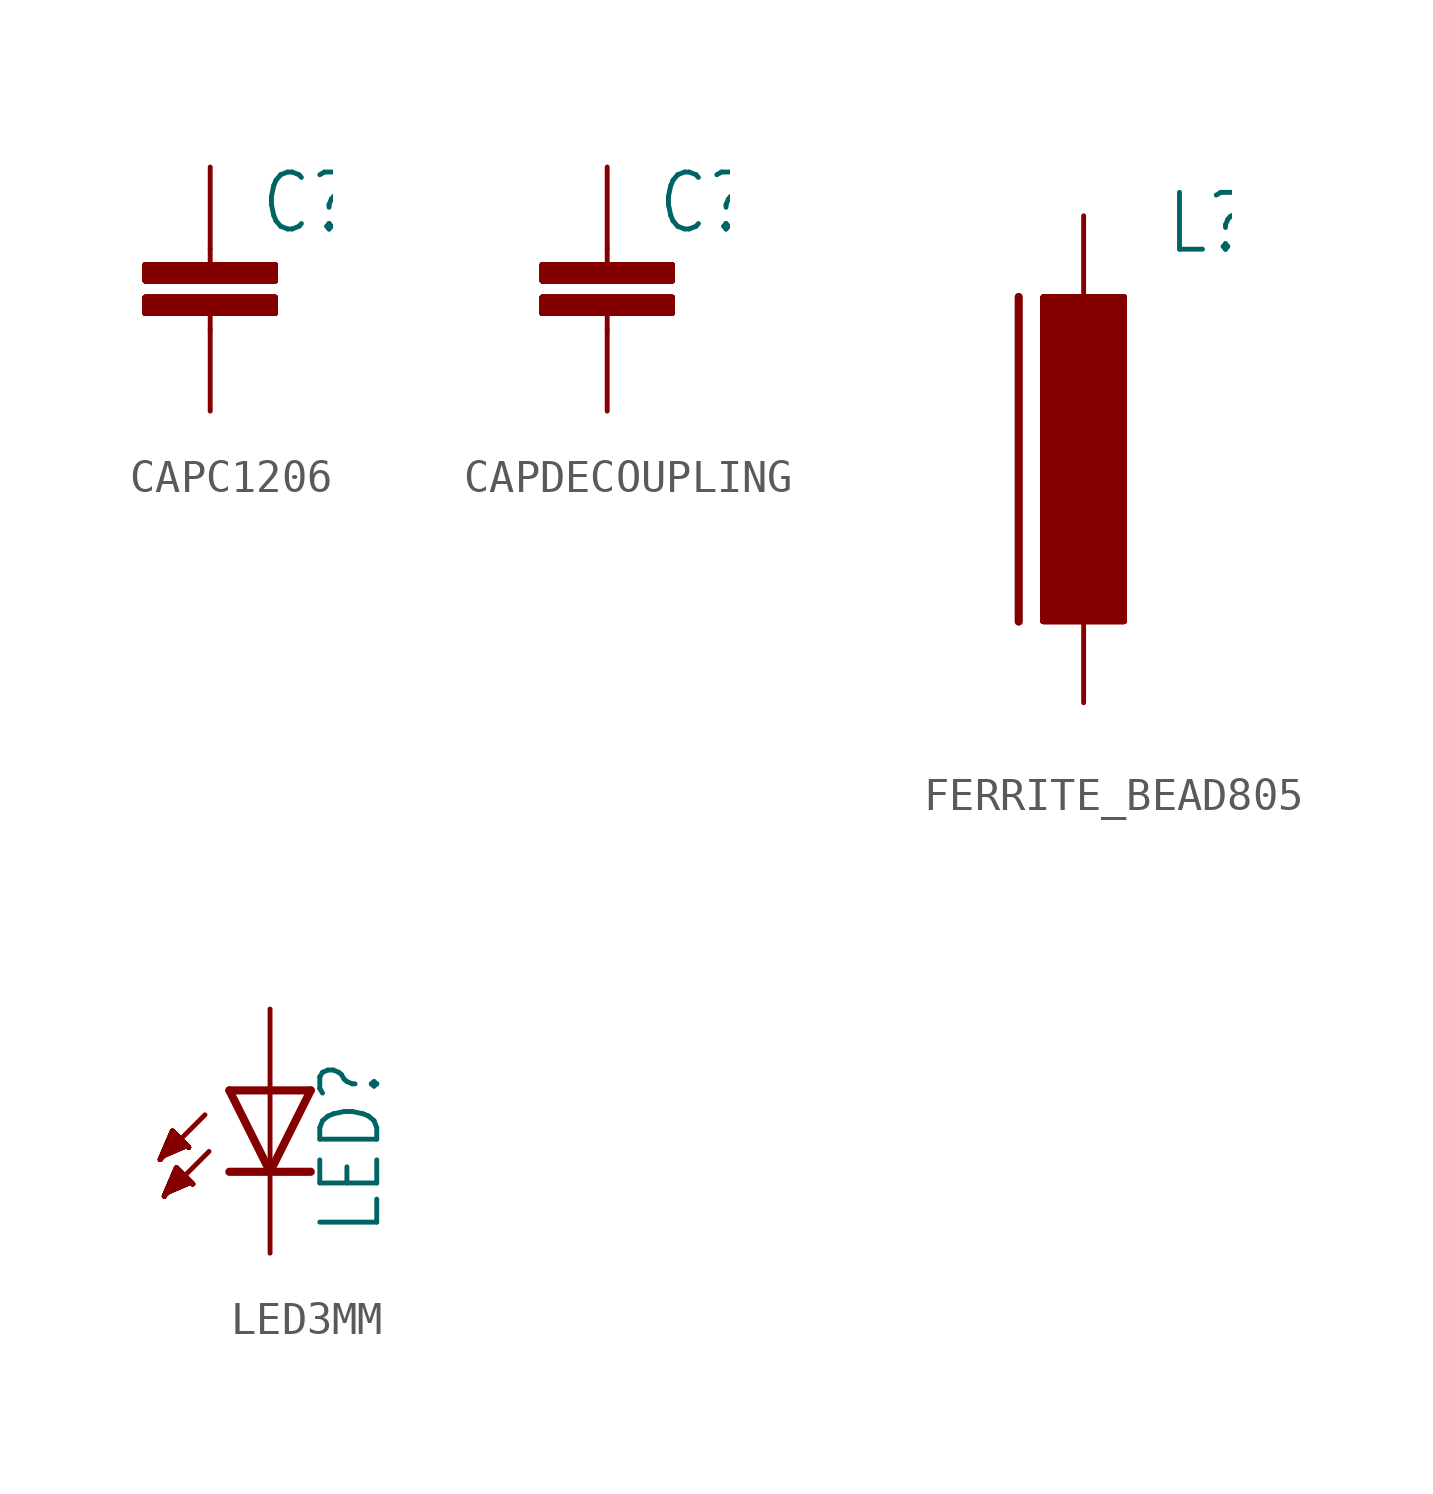
<source format=kicad_sym>
(kicad_symbol_lib
  (version 20220914)
  (generator kicad_symbol_editor)
  (symbol "CAPC1206"
    (property "Reference" "C"
      (at 1.524 2.921 0)
      (effects (font (size 1.778 1.511)) (justify left bottom)))
    (property "Value" ""
      (at 1.524 -2.159 0)
      (effects (font (size 1.778 1.511)) (justify left bottom)))
    (property "ki_locked" ""
      (at 0 0 0)
      (effects (font (size 1.27 1.27))))
    (symbol "CAPC1206_1_0"
      (rectangle (start -2.032 0.508) (end 2.032 1.016) (stroke (width 0) (type default)) (fill (type outline)))
      (rectangle (start -2.032 0.508) (end 2.032 1.016) (stroke (width 0) (type default)) (fill (type outline)))
      (rectangle (start -2.032 0.508) (end 2.032 1.016) (stroke (width 0) (type default)) (fill (type outline)))
      (rectangle (start -2.032 0.508) (end 2.032 1.016) (stroke (width 0) (type default)) (fill (type outline)))
      (rectangle (start -2.032 0.508) (end 2.032 1.016) (stroke (width 0) (type default)) (fill (type outline)))
      (rectangle (start -2.032 0.508) (end 2.032 1.016) (stroke (width 0) (type default)) (fill (type outline)))
      (rectangle (start -2.032 0.508) (end 2.032 1.016) (stroke (width 0) (type default)) (fill (type outline)))
      (rectangle (start -2.032 0.508) (end 2.032 1.016) (stroke (width 0) (type default)) (fill (type outline)))
      (rectangle (start -2.032 0.508) (end 2.032 1.016) (stroke (width 0) (type default)) (fill (type outline)))
      (rectangle (start -2.032 0.508) (end 2.032 1.016) (stroke (width 0) (type default)) (fill (type outline)))
      (rectangle (start -2.032 0.508) (end 2.032 1.016) (stroke (width 0) (type default)) (fill (type outline)))
      (rectangle (start -2.032 1.524) (end 2.032 2.032) (stroke (width 0) (type default)) (fill (type outline)))
      (rectangle (start -2.032 1.524) (end 2.032 2.032) (stroke (width 0) (type default)) (fill (type outline)))
      (rectangle (start -2.032 1.524) (end 2.032 2.032) (stroke (width 0) (type default)) (fill (type outline)))
      (rectangle (start -2.032 1.524) (end 2.032 2.032) (stroke (width 0) (type default)) (fill (type outline)))
      (rectangle (start -2.032 1.524) (end 2.032 2.032) (stroke (width 0) (type default)) (fill (type outline)))
      (rectangle (start -2.032 1.524) (end 2.032 2.032) (stroke (width 0) (type default)) (fill (type outline)))
      (rectangle (start -2.032 1.524) (end 2.032 2.032) (stroke (width 0) (type default)) (fill (type outline)))
      (rectangle (start -2.032 1.524) (end 2.032 2.032) (stroke (width 0) (type default)) (fill (type outline)))
      (rectangle (start -2.032 1.524) (end 2.032 2.032) (stroke (width 0) (type default)) (fill (type outline)))
      (rectangle (start -2.032 1.524) (end 2.032 2.032) (stroke (width 0) (type default)) (fill (type outline)))
      (rectangle (start -2.032 1.524) (end 2.032 2.032) (stroke (width 0) (type default)) (fill (type outline)))
      (polyline (pts (xy 0 0) (xy 0 0.508)) (stroke (width 0.152) (type solid)) (fill (type none)))
      (polyline (pts (xy 0 2.54) (xy 0 2.032)) (stroke (width 0.152) (type solid)) (fill (type none)))
      (pin passive line (at 0 5.08 270) (length 2.54) (name "1" (effects (font (size 0 0)))) (number "1" (effects (font (size 0 0)))))
      (pin passive line (at 0 -2.54 90) (length 2.54) (name "2" (effects (font (size 0 0)))) (number "2" (effects (font (size 0 0)))))))
  (symbol "CAPDECOUPLING"
    (property "Reference" "C"
      (at 1.524 2.921 0)
      (effects (font (size 1.778 1.511)) (justify left bottom)))
    (property "Value" ""
      (at 1.524 -2.159 0)
      (effects (font (size 1.778 1.511)) (justify left bottom)))
    (property "ki_locked" ""
      (at 0 0 0)
      (effects (font (size 1.27 1.27))))
    (symbol "CAPDECOUPLING_1_0"
      (rectangle (start -2.032 0.508) (end 2.032 1.016) (stroke (width 0) (type default)) (fill (type outline)))
      (rectangle (start -2.032 0.508) (end 2.032 1.016) (stroke (width 0) (type default)) (fill (type outline)))
      (rectangle (start -2.032 0.508) (end 2.032 1.016) (stroke (width 0) (type default)) (fill (type outline)))
      (rectangle (start -2.032 0.508) (end 2.032 1.016) (stroke (width 0) (type default)) (fill (type outline)))
      (rectangle (start -2.032 0.508) (end 2.032 1.016) (stroke (width 0) (type default)) (fill (type outline)))
      (rectangle (start -2.032 0.508) (end 2.032 1.016) (stroke (width 0) (type default)) (fill (type outline)))
      (rectangle (start -2.032 0.508) (end 2.032 1.016) (stroke (width 0) (type default)) (fill (type outline)))
      (rectangle (start -2.032 0.508) (end 2.032 1.016) (stroke (width 0) (type default)) (fill (type outline)))
      (rectangle (start -2.032 0.508) (end 2.032 1.016) (stroke (width 0) (type default)) (fill (type outline)))
      (rectangle (start -2.032 0.508) (end 2.032 1.016) (stroke (width 0) (type default)) (fill (type outline)))
      (rectangle (start -2.032 0.508) (end 2.032 1.016) (stroke (width 0) (type default)) (fill (type outline)))
      (rectangle (start -2.032 1.524) (end 2.032 2.032) (stroke (width 0) (type default)) (fill (type outline)))
      (rectangle (start -2.032 1.524) (end 2.032 2.032) (stroke (width 0) (type default)) (fill (type outline)))
      (rectangle (start -2.032 1.524) (end 2.032 2.032) (stroke (width 0) (type default)) (fill (type outline)))
      (rectangle (start -2.032 1.524) (end 2.032 2.032) (stroke (width 0) (type default)) (fill (type outline)))
      (rectangle (start -2.032 1.524) (end 2.032 2.032) (stroke (width 0) (type default)) (fill (type outline)))
      (rectangle (start -2.032 1.524) (end 2.032 2.032) (stroke (width 0) (type default)) (fill (type outline)))
      (rectangle (start -2.032 1.524) (end 2.032 2.032) (stroke (width 0) (type default)) (fill (type outline)))
      (rectangle (start -2.032 1.524) (end 2.032 2.032) (stroke (width 0) (type default)) (fill (type outline)))
      (rectangle (start -2.032 1.524) (end 2.032 2.032) (stroke (width 0) (type default)) (fill (type outline)))
      (rectangle (start -2.032 1.524) (end 2.032 2.032) (stroke (width 0) (type default)) (fill (type outline)))
      (rectangle (start -2.032 1.524) (end 2.032 2.032) (stroke (width 0) (type default)) (fill (type outline)))
      (polyline (pts (xy 0 0) (xy 0 0.508)) (stroke (width 0.152) (type solid)) (fill (type none)))
      (polyline (pts (xy 0 2.54) (xy 0 2.032)) (stroke (width 0.152) (type solid)) (fill (type none)))
      (pin passive line (at 0 5.08 270) (length 2.54) (name "1" (effects (font (size 0 0)))) (number "1" (effects (font (size 0 0)))))
      (pin passive line (at 0 -2.54 90) (length 2.54) (name "2" (effects (font (size 0 0)))) (number "2" (effects (font (size 0 0)))))))
  (symbol "FERRITE_BEAD805"
    (property "Reference" "L"
      (at 2.54 6.35 0)
      (effects (font (size 1.778 1.511)) (justify left bottom)))
    (property "Value" ""
      (at 2.54 -6.35 0)
      (effects (font (size 1.778 1.511)) (justify left bottom)))
    (property "ki_locked" ""
      (at 0 0 0)
      (effects (font (size 1.27 1.27))))
    (symbol "FERRITE_BEAD805_1_0"
      (rectangle (start -1.27 -5.08) (end 1.27 5.08) (stroke (width 0) (type default)) (fill (type outline)))
      (rectangle (start -1.27 -5.08) (end 1.27 5.08) (stroke (width 0) (type default)) (fill (type outline)))
      (rectangle (start -1.27 -5.08) (end 1.27 5.08) (stroke (width 0) (type default)) (fill (type outline)))
      (rectangle (start -1.27 -5.08) (end 1.27 5.08) (stroke (width 0) (type default)) (fill (type outline)))
      (rectangle (start -1.27 -5.08) (end 1.27 5.08) (stroke (width 0) (type default)) (fill (type outline)))
      (rectangle (start -1.27 -5.08) (end 1.27 5.08) (stroke (width 0) (type default)) (fill (type outline)))
      (rectangle (start -1.27 -5.08) (end 1.27 5.08) (stroke (width 0) (type default)) (fill (type outline)))
      (rectangle (start -1.27 -5.08) (end 1.27 5.08) (stroke (width 0) (type default)) (fill (type outline)))
      (rectangle (start -1.27 -5.08) (end 1.27 5.08) (stroke (width 0) (type default)) (fill (type outline)))
      (rectangle (start -1.27 -5.08) (end 1.27 5.08) (stroke (width 0) (type default)) (fill (type outline)))
      (rectangle (start -1.27 -5.08) (end 1.27 5.08) (stroke (width 0) (type default)) (fill (type outline)))
      (polyline (pts (xy -2.032 -5.08) (xy -2.032 5.08)) (stroke (width 0.254) (type solid)) (fill (type none)))
      (pin passive line (at 0 7.62 270) (length 2.54) (name "1" (effects (font (size 0 0)))) (number "1" (effects (font (size 0 0)))))
      (pin passive line (at 0 -7.62 90) (length 2.54) (name "2" (effects (font (size 0 0)))) (number "2" (effects (font (size 0 0)))))))
  (symbol "LED3MM"
    (property "Reference" "LED"
      (at 3.556 -4.572 90)
      (effects (font (size 1.778 1.511)) (justify left bottom)))
    (property "Value" ""
      (at 5.715 -4.572 90)
      (effects (font (size 1.778 1.511)) (justify left bottom)))
    (property "ki_locked" ""
      (at 0 0 0)
      (effects (font (size 1.27 1.27))))
    (symbol "LED3MM_1_0"
      (polyline (pts (xy -2.032 -0.762) (xy -3.429 -2.159)) (stroke (width 0.152) (type solid)) (fill (type none)))
      (polyline (pts (xy -1.905 -1.905) (xy -3.302 -3.302)) (stroke (width 0.152) (type solid)) (fill (type none)))
      (polyline (pts (xy 0 -2.54) (xy -1.27 -2.54)) (stroke (width 0.254) (type solid)) (fill (type none)))
      (polyline (pts (xy 0 -2.54) (xy -1.27 0)) (stroke (width 0.254) (type solid)) (fill (type none)))
      (polyline (pts (xy 0 0) (xy -1.27 0)) (stroke (width 0.254) (type solid)) (fill (type none)))
      (polyline (pts (xy 0 0) (xy 0 -2.54)) (stroke (width 0.152) (type solid)) (fill (type none)))
      (polyline (pts (xy 1.27 -2.54) (xy 0 -2.54)) (stroke (width 0.254) (type solid)) (fill (type none)))
      (polyline (pts (xy 1.27 0) (xy 0 -2.54)) (stroke (width 0.254) (type solid)) (fill (type none)))
      (polyline (pts (xy 1.27 0) (xy 0 0)) (stroke (width 0.254) (type solid)) (fill (type none)))
      (polyline (pts (xy -3.429 -2.159) (xy -3.048 -1.27) (xy -2.54 -1.778)) (stroke (width 0.152) (type solid)) (fill (type outline)))
      (polyline (pts (xy -3.429 -2.159) (xy -3.048 -1.27) (xy -2.54 -1.778)) (stroke (width 0.152) (type solid)) (fill (type outline)))
      (polyline (pts (xy -3.429 -2.159) (xy -3.048 -1.27) (xy -2.54 -1.778)) (stroke (width 0.152) (type solid)) (fill (type outline)))
      (polyline (pts (xy -3.429 -2.159) (xy -3.048 -1.27) (xy -2.54 -1.778)) (stroke (width 0.152) (type solid)) (fill (type outline)))
      (polyline (pts (xy -3.429 -2.159) (xy -3.048 -1.27) (xy -2.54 -1.778)) (stroke (width 0.152) (type solid)) (fill (type outline)))
      (polyline (pts (xy -3.429 -2.159) (xy -3.048 -1.27) (xy -2.54 -1.778)) (stroke (width 0.152) (type solid)) (fill (type outline)))
      (polyline (pts (xy -3.429 -2.159) (xy -3.048 -1.27) (xy -2.54 -1.778)) (stroke (width 0.152) (type solid)) (fill (type outline)))
      (polyline (pts (xy -3.429 -2.159) (xy -3.048 -1.27) (xy -2.54 -1.778)) (stroke (width 0.152) (type solid)) (fill (type outline)))
      (polyline (pts (xy -3.429 -2.159) (xy -3.048 -1.27) (xy -2.54 -1.778)) (stroke (width 0.152) (type solid)) (fill (type outline)))
      (polyline (pts (xy -3.429 -2.159) (xy -3.048 -1.27) (xy -2.54 -1.778)) (stroke (width 0.152) (type solid)) (fill (type outline)))
      (polyline (pts (xy -3.429 -2.159) (xy -3.048 -1.27) (xy -2.54 -1.778)) (stroke (width 0.152) (type solid)) (fill (type outline)))
      (polyline (pts (xy -3.302 -3.302) (xy -2.921 -2.413) (xy -2.413 -2.921)) (stroke (width 0.152) (type solid)) (fill (type outline)))
      (polyline (pts (xy -3.302 -3.302) (xy -2.921 -2.413) (xy -2.413 -2.921)) (stroke (width 0.152) (type solid)) (fill (type outline)))
      (polyline (pts (xy -3.302 -3.302) (xy -2.921 -2.413) (xy -2.413 -2.921)) (stroke (width 0.152) (type solid)) (fill (type outline)))
      (polyline (pts (xy -3.302 -3.302) (xy -2.921 -2.413) (xy -2.413 -2.921)) (stroke (width 0.152) (type solid)) (fill (type outline)))
      (polyline (pts (xy -3.302 -3.302) (xy -2.921 -2.413) (xy -2.413 -2.921)) (stroke (width 0.152) (type solid)) (fill (type outline)))
      (polyline (pts (xy -3.302 -3.302) (xy -2.921 -2.413) (xy -2.413 -2.921)) (stroke (width 0.152) (type solid)) (fill (type outline)))
      (polyline (pts (xy -3.302 -3.302) (xy -2.921 -2.413) (xy -2.413 -2.921)) (stroke (width 0.152) (type solid)) (fill (type outline)))
      (polyline (pts (xy -3.302 -3.302) (xy -2.921 -2.413) (xy -2.413 -2.921)) (stroke (width 0.152) (type solid)) (fill (type outline)))
      (polyline (pts (xy -3.302 -3.302) (xy -2.921 -2.413) (xy -2.413 -2.921)) (stroke (width 0.152) (type solid)) (fill (type outline)))
      (polyline (pts (xy -3.302 -3.302) (xy -2.921 -2.413) (xy -2.413 -2.921)) (stroke (width 0.152) (type solid)) (fill (type outline)))
      (polyline (pts (xy -3.302 -3.302) (xy -2.921 -2.413) (xy -2.413 -2.921)) (stroke (width 0.152) (type solid)) (fill (type outline)))
      (pin passive line (at 0 2.54 270) (length 2.54) (name "A" (effects (font (size 0 0)))) (number "A" (effects (font (size 0 0)))))
      (pin passive line (at 0 -5.08 90) (length 2.54) (name "C" (effects (font (size 0 0)))) (number "K" (effects (font (size 0 0))))))))
</source>
